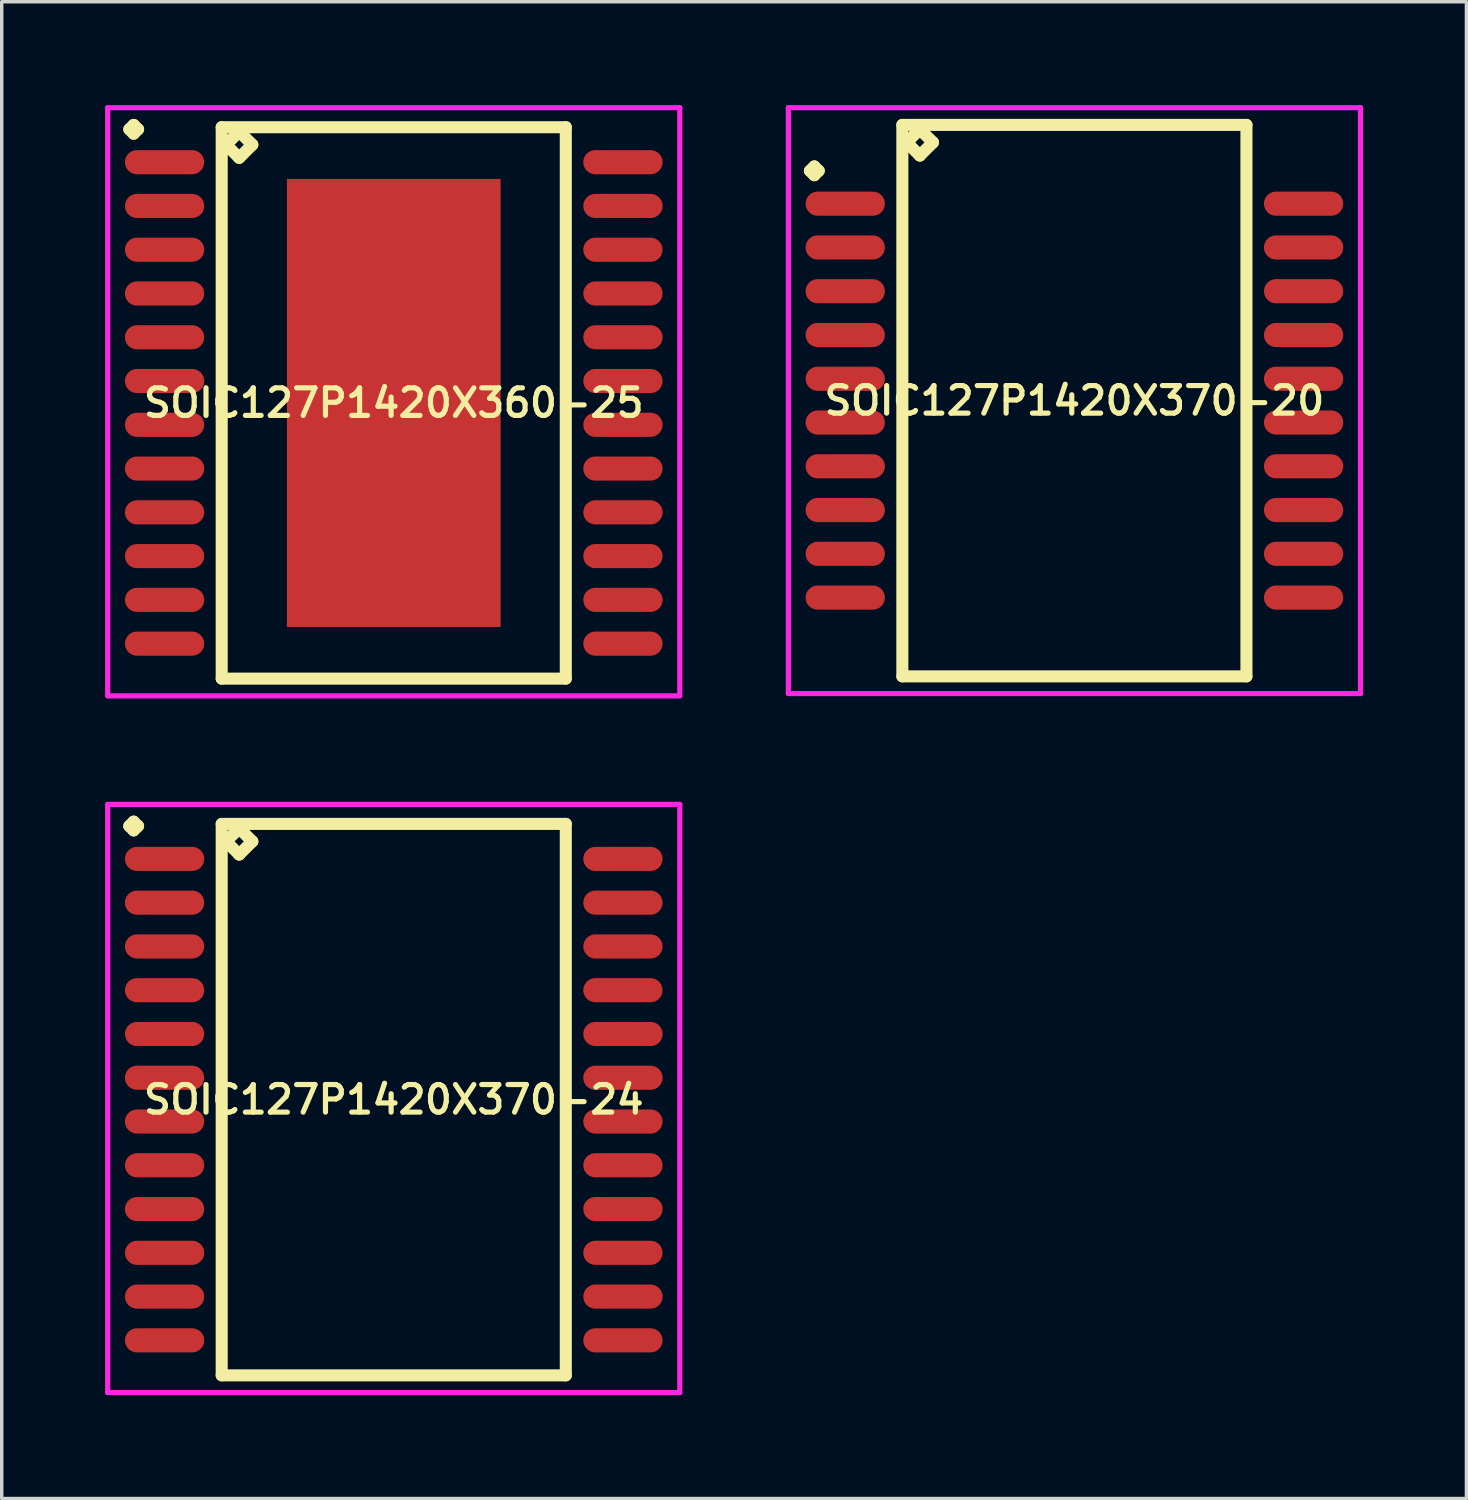
<source format=kicad_pcb>
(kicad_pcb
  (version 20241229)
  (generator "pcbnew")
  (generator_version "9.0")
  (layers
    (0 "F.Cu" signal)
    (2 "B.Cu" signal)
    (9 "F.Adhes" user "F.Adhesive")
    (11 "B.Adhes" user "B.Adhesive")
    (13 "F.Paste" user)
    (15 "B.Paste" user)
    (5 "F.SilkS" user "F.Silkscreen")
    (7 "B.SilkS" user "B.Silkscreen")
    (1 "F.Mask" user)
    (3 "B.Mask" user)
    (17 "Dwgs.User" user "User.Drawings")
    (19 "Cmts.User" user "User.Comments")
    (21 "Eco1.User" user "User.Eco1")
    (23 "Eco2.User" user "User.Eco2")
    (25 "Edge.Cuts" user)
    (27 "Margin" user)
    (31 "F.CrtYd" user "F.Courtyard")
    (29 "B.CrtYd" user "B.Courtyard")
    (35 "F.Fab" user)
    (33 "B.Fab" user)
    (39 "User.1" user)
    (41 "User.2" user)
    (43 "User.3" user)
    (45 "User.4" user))
  (footprint "SOIC127P1420X360-25"
    (layer "F.Cu")
    (at 8.375 8.641)
    (property "Reference" "SOIC127P1420X360-25" (at 0 0 0) (layer "F.SilkS") (effects (font (size 0.8 0.8) (thickness 0.15))))
    (attr smd)
    (fp_line (start -7.673 -7.939) (end -7.546 -8.066) (stroke (width 0.35) (type solid)) (layer "F.SilkS"))
    (fp_line (start -7.546 -8.066) (end -7.419 -7.939) (stroke (width 0.35) (type solid)) (layer "F.SilkS"))
    (fp_line (start -7.546 -7.812) (end -7.673 -7.939) (stroke (width 0.35) (type solid)) (layer "F.SilkS"))
    (fp_line (start -7.419 -7.939) (end -7.546 -7.812) (stroke (width 0.35) (type solid)) (layer "F.SilkS"))
    (fp_line (start -4.992 -8) (end -4.992 8) (stroke (width 0.35) (type solid)) (layer "F.SilkS"))
    (fp_line (start -4.992 8) (end 4.992 8) (stroke (width 0.35) (type solid)) (layer "F.SilkS"))
    (fp_line (start -4.865 -7.492) (end -4.484 -7.873) (stroke (width 0.35) (type solid)) (layer "F.SilkS"))
    (fp_line (start -4.484 -7.873) (end -4.103 -7.492) (stroke (width 0.35) (type solid)) (layer "F.SilkS"))
    (fp_line (start -4.484 -7.111) (end -4.865 -7.492) (stroke (width 0.35) (type solid)) (layer "F.SilkS"))
    (fp_line (start -4.103 -7.492) (end -4.484 -7.111) (stroke (width 0.35) (type solid)) (layer "F.SilkS"))
    (fp_line (start 4.992 -8) (end -4.992 -8) (stroke (width 0.35) (type solid)) (layer "F.SilkS"))
    (fp_line (start 4.992 8) (end 4.992 -8) (stroke (width 0.35) (type solid)) (layer "F.SilkS"))
    (fp_line (start -8.3 -8.566) (end 8.3 -8.566) (stroke (width 0.15) (type solid)) (layer "F.CrtYd"))
    (fp_line (start -8.3 8.5) (end -8.3 -8.566) (stroke (width 0.15) (type solid)) (layer "F.CrtYd"))
    (fp_line (start 8.3 -8.566) (end 8.3 8.5) (stroke (width 0.15) (type solid)) (layer "F.CrtYd"))
    (fp_line (start 8.3 8.5) (end -8.3 8.5) (stroke (width 0.15) (type solid)) (layer "F.CrtYd"))
    (pad "1" smd oval (at -6.65 -6.985) (size 2.3 0.7) (layers "F.Cu" "F.Mask" "F.Paste"))
    (pad "2" smd oval (at -6.65 -5.715) (size 2.3 0.7) (layers "F.Cu" "F.Mask" "F.Paste"))
    (pad "3" smd oval (at -6.65 -4.445) (size 2.3 0.7) (layers "F.Cu" "F.Mask" "F.Paste"))
    (pad "4" smd oval (at -6.65 -3.175) (size 2.3 0.7) (layers "F.Cu" "F.Mask" "F.Paste"))
    (pad "5" smd oval (at -6.65 -1.905) (size 2.3 0.7) (layers "F.Cu" "F.Mask" "F.Paste"))
    (pad "6" smd oval (at -6.65 -0.635) (size 2.3 0.7) (layers "F.Cu" "F.Mask" "F.Paste"))
    (pad "7" smd oval (at -6.65 0.635) (size 2.3 0.7) (layers "F.Cu" "F.Mask" "F.Paste"))
    (pad "8" smd oval (at -6.65 1.905) (size 2.3 0.7) (layers "F.Cu" "F.Mask" "F.Paste"))
    (pad "9" smd oval (at -6.65 3.175) (size 2.3 0.7) (layers "F.Cu" "F.Mask" "F.Paste"))
    (pad "10" smd oval (at -6.65 4.445) (size 2.3 0.7) (layers "F.Cu" "F.Mask" "F.Paste"))
    (pad "11" smd oval (at -6.65 5.715) (size 2.3 0.7) (layers "F.Cu" "F.Mask" "F.Paste"))
    (pad "12" smd oval (at -6.65 6.985) (size 2.3 0.7) (layers "F.Cu" "F.Mask" "F.Paste"))
    (pad "13" smd oval (at 6.65 6.985) (size 2.3 0.7) (layers "F.Cu" "F.Mask" "F.Paste"))
    (pad "14" smd oval (at 6.65 5.715) (size 2.3 0.7) (layers "F.Cu" "F.Mask" "F.Paste"))
    (pad "15" smd oval (at 6.65 4.445) (size 2.3 0.7) (layers "F.Cu" "F.Mask" "F.Paste"))
    (pad "16" smd oval (at 6.65 3.175) (size 2.3 0.7) (layers "F.Cu" "F.Mask" "F.Paste"))
    (pad "17" smd oval (at 6.65 1.905) (size 2.3 0.7) (layers "F.Cu" "F.Mask" "F.Paste"))
    (pad "18" smd oval (at 6.65 0.635) (size 2.3 0.7) (layers "F.Cu" "F.Mask" "F.Paste"))
    (pad "19" smd oval (at 6.65 -0.635) (size 2.3 0.7) (layers "F.Cu" "F.Mask" "F.Paste"))
    (pad "20" smd oval (at 6.65 -1.905) (size 2.3 0.7) (layers "F.Cu" "F.Mask" "F.Paste"))
    (pad "21" smd oval (at 6.65 -3.175) (size 2.3 0.7) (layers "F.Cu" "F.Mask" "F.Paste"))
    (pad "22" smd oval (at 6.65 -4.445) (size 2.3 0.7) (layers "F.Cu" "F.Mask" "F.Paste"))
    (pad "23" smd oval (at 6.65 -5.715) (size 2.3 0.7) (layers "F.Cu" "F.Mask" "F.Paste"))
    (pad "24" smd oval (at 6.65 -6.985) (size 2.3 0.7) (layers "F.Cu" "F.Mask" "F.Paste"))
    (pad "25" smd rect (at 0 0) (size 6.2 13) (layers "F.Cu" "F.Mask" "F.Paste")))
  (footprint "SOIC127P1420X370-20"
    (layer "F.Cu")
    (at 28.125 8.575)
    (property "Reference" "SOIC127P1420X370-20" (at 0 0 0) (layer "F.SilkS") (effects (font (size 0.8 0.8) (thickness 0.15))))
    (attr smd)
    (fp_line (start -7.673 -6.669) (end -7.546 -6.796) (stroke (width 0.35) (type solid)) (layer "F.SilkS"))
    (fp_line (start -7.546 -6.796) (end -7.419 -6.669) (stroke (width 0.35) (type solid)) (layer "F.SilkS"))
    (fp_line (start -7.546 -6.542) (end -7.673 -6.669) (stroke (width 0.35) (type solid)) (layer "F.SilkS"))
    (fp_line (start -7.419 -6.669) (end -7.546 -6.542) (stroke (width 0.35) (type solid)) (layer "F.SilkS"))
    (fp_line (start -4.992 -8) (end -4.992 8) (stroke (width 0.35) (type solid)) (layer "F.SilkS"))
    (fp_line (start -4.992 8) (end 4.992 8) (stroke (width 0.35) (type solid)) (layer "F.SilkS"))
    (fp_line (start -4.865 -7.492) (end -4.484 -7.873) (stroke (width 0.35) (type solid)) (layer "F.SilkS"))
    (fp_line (start -4.484 -7.873) (end -4.103 -7.492) (stroke (width 0.35) (type solid)) (layer "F.SilkS"))
    (fp_line (start -4.484 -7.111) (end -4.865 -7.492) (stroke (width 0.35) (type solid)) (layer "F.SilkS"))
    (fp_line (start -4.103 -7.492) (end -4.484 -7.111) (stroke (width 0.35) (type solid)) (layer "F.SilkS"))
    (fp_line (start 4.992 -8) (end -4.992 -8) (stroke (width 0.35) (type solid)) (layer "F.SilkS"))
    (fp_line (start 4.992 8) (end 4.992 -8) (stroke (width 0.35) (type solid)) (layer "F.SilkS"))
    (fp_line (start -8.3 -8.5) (end 8.3 -8.5) (stroke (width 0.15) (type solid)) (layer "F.CrtYd"))
    (fp_line (start -8.3 8.5) (end -8.3 -8.5) (stroke (width 0.15) (type solid)) (layer "F.CrtYd"))
    (fp_line (start 8.3 -8.5) (end 8.3 8.5) (stroke (width 0.15) (type solid)) (layer "F.CrtYd"))
    (fp_line (start 8.3 8.5) (end -8.3 8.5) (stroke (width 0.15) (type solid)) (layer "F.CrtYd"))
    (pad "1" smd oval (at -6.65 -5.715) (size 2.3 0.7) (layers "F.Cu" "F.Mask" "F.Paste"))
    (pad "2" smd oval (at -6.65 -4.445) (size 2.3 0.7) (layers "F.Cu" "F.Mask" "F.Paste"))
    (pad "3" smd oval (at -6.65 -3.175) (size 2.3 0.7) (layers "F.Cu" "F.Mask" "F.Paste"))
    (pad "4" smd oval (at -6.65 -1.905) (size 2.3 0.7) (layers "F.Cu" "F.Mask" "F.Paste"))
    (pad "5" smd oval (at -6.65 -0.635) (size 2.3 0.7) (layers "F.Cu" "F.Mask" "F.Paste"))
    (pad "6" smd oval (at -6.65 0.635) (size 2.3 0.7) (layers "F.Cu" "F.Mask" "F.Paste"))
    (pad "7" smd oval (at -6.65 1.905) (size 2.3 0.7) (layers "F.Cu" "F.Mask" "F.Paste"))
    (pad "8" smd oval (at -6.65 3.175) (size 2.3 0.7) (layers "F.Cu" "F.Mask" "F.Paste"))
    (pad "9" smd oval (at -6.65 4.445) (size 2.3 0.7) (layers "F.Cu" "F.Mask" "F.Paste"))
    (pad "10" smd oval (at -6.65 5.715) (size 2.3 0.7) (layers "F.Cu" "F.Mask" "F.Paste"))
    (pad "11" smd oval (at 6.65 5.715) (size 2.3 0.7) (layers "F.Cu" "F.Mask" "F.Paste"))
    (pad "12" smd oval (at 6.65 4.445) (size 2.3 0.7) (layers "F.Cu" "F.Mask" "F.Paste"))
    (pad "13" smd oval (at 6.65 3.175) (size 2.3 0.7) (layers "F.Cu" "F.Mask" "F.Paste"))
    (pad "14" smd oval (at 6.65 1.905) (size 2.3 0.7) (layers "F.Cu" "F.Mask" "F.Paste"))
    (pad "15" smd oval (at 6.65 0.635) (size 2.3 0.7) (layers "F.Cu" "F.Mask" "F.Paste"))
    (pad "16" smd oval (at 6.65 -0.635) (size 2.3 0.7) (layers "F.Cu" "F.Mask" "F.Paste"))
    (pad "17" smd oval (at 6.65 -1.905) (size 2.3 0.7) (layers "F.Cu" "F.Mask" "F.Paste"))
    (pad "18" smd oval (at 6.65 -3.175) (size 2.3 0.7) (layers "F.Cu" "F.Mask" "F.Paste"))
    (pad "19" smd oval (at 6.65 -4.445) (size 2.3 0.7) (layers "F.Cu" "F.Mask" "F.Paste"))
    (pad "20" smd oval (at 6.65 -5.715) (size 2.3 0.7) (layers "F.Cu" "F.Mask" "F.Paste")))
  (footprint "SOIC127P1420X370-24"
    (layer "F.Cu")
    (at 8.375 28.857)
    (property "Reference" "SOIC127P1420X370-24" (at 0 0 0) (layer "F.SilkS") (effects (font (size 0.8 0.8) (thickness 0.15))))
    (attr smd)
    (fp_line (start -7.673 -7.939) (end -7.546 -8.066) (stroke (width 0.35) (type solid)) (layer "F.SilkS"))
    (fp_line (start -7.546 -8.066) (end -7.419 -7.939) (stroke (width 0.35) (type solid)) (layer "F.SilkS"))
    (fp_line (start -7.546 -7.812) (end -7.673 -7.939) (stroke (width 0.35) (type solid)) (layer "F.SilkS"))
    (fp_line (start -7.419 -7.939) (end -7.546 -7.812) (stroke (width 0.35) (type solid)) (layer "F.SilkS"))
    (fp_line (start -4.992 -8) (end -4.992 8) (stroke (width 0.35) (type solid)) (layer "F.SilkS"))
    (fp_line (start -4.992 8) (end 4.992 8) (stroke (width 0.35) (type solid)) (layer "F.SilkS"))
    (fp_line (start -4.865 -7.492) (end -4.484 -7.873) (stroke (width 0.35) (type solid)) (layer "F.SilkS"))
    (fp_line (start -4.484 -7.873) (end -4.103 -7.492) (stroke (width 0.35) (type solid)) (layer "F.SilkS"))
    (fp_line (start -4.484 -7.111) (end -4.865 -7.492) (stroke (width 0.35) (type solid)) (layer "F.SilkS"))
    (fp_line (start -4.103 -7.492) (end -4.484 -7.111) (stroke (width 0.35) (type solid)) (layer "F.SilkS"))
    (fp_line (start 4.992 -8) (end -4.992 -8) (stroke (width 0.35) (type solid)) (layer "F.SilkS"))
    (fp_line (start 4.992 8) (end 4.992 -8) (stroke (width 0.35) (type solid)) (layer "F.SilkS"))
    (fp_line (start -8.3 -8.566) (end 8.3 -8.566) (stroke (width 0.15) (type solid)) (layer "F.CrtYd"))
    (fp_line (start -8.3 8.5) (end -8.3 -8.566) (stroke (width 0.15) (type solid)) (layer "F.CrtYd"))
    (fp_line (start 8.3 -8.566) (end 8.3 8.5) (stroke (width 0.15) (type solid)) (layer "F.CrtYd"))
    (fp_line (start 8.3 8.5) (end -8.3 8.5) (stroke (width 0.15) (type solid)) (layer "F.CrtYd"))
    (pad "1" smd oval (at -6.65 -6.985) (size 2.3 0.7) (layers "F.Cu" "F.Mask" "F.Paste"))
    (pad "2" smd oval (at -6.65 -5.715) (size 2.3 0.7) (layers "F.Cu" "F.Mask" "F.Paste"))
    (pad "3" smd oval (at -6.65 -4.445) (size 2.3 0.7) (layers "F.Cu" "F.Mask" "F.Paste"))
    (pad "4" smd oval (at -6.65 -3.175) (size 2.3 0.7) (layers "F.Cu" "F.Mask" "F.Paste"))
    (pad "5" smd oval (at -6.65 -1.905) (size 2.3 0.7) (layers "F.Cu" "F.Mask" "F.Paste"))
    (pad "6" smd oval (at -6.65 -0.635) (size 2.3 0.7) (layers "F.Cu" "F.Mask" "F.Paste"))
    (pad "7" smd oval (at -6.65 0.635) (size 2.3 0.7) (layers "F.Cu" "F.Mask" "F.Paste"))
    (pad "8" smd oval (at -6.65 1.905) (size 2.3 0.7) (layers "F.Cu" "F.Mask" "F.Paste"))
    (pad "9" smd oval (at -6.65 3.175) (size 2.3 0.7) (layers "F.Cu" "F.Mask" "F.Paste"))
    (pad "10" smd oval (at -6.65 4.445) (size 2.3 0.7) (layers "F.Cu" "F.Mask" "F.Paste"))
    (pad "11" smd oval (at -6.65 5.715) (size 2.3 0.7) (layers "F.Cu" "F.Mask" "F.Paste"))
    (pad "12" smd oval (at -6.65 6.985) (size 2.3 0.7) (layers "F.Cu" "F.Mask" "F.Paste"))
    (pad "13" smd oval (at 6.65 6.985) (size 2.3 0.7) (layers "F.Cu" "F.Mask" "F.Paste"))
    (pad "14" smd oval (at 6.65 5.715) (size 2.3 0.7) (layers "F.Cu" "F.Mask" "F.Paste"))
    (pad "15" smd oval (at 6.65 4.445) (size 2.3 0.7) (layers "F.Cu" "F.Mask" "F.Paste"))
    (pad "16" smd oval (at 6.65 3.175) (size 2.3 0.7) (layers "F.Cu" "F.Mask" "F.Paste"))
    (pad "17" smd oval (at 6.65 1.905) (size 2.3 0.7) (layers "F.Cu" "F.Mask" "F.Paste"))
    (pad "18" smd oval (at 6.65 0.635) (size 2.3 0.7) (layers "F.Cu" "F.Mask" "F.Paste"))
    (pad "19" smd oval (at 6.65 -0.635) (size 2.3 0.7) (layers "F.Cu" "F.Mask" "F.Paste"))
    (pad "20" smd oval (at 6.65 -1.905) (size 2.3 0.7) (layers "F.Cu" "F.Mask" "F.Paste"))
    (pad "21" smd oval (at 6.65 -3.175) (size 2.3 0.7) (layers "F.Cu" "F.Mask" "F.Paste"))
    (pad "22" smd oval (at 6.65 -4.445) (size 2.3 0.7) (layers "F.Cu" "F.Mask" "F.Paste"))
    (pad "23" smd oval (at 6.65 -5.715) (size 2.3 0.7) (layers "F.Cu" "F.Mask" "F.Paste"))
    (pad "24" smd oval (at 6.65 -6.985) (size 2.3 0.7) (layers "F.Cu" "F.Mask" "F.Paste")))
  (gr_rect
    (start -3 -3)
    (end 39.5 40.432)
    (stroke (width 0.1) (type default))
    (fill no)
    (layer "Edge.Cuts")))
</source>
